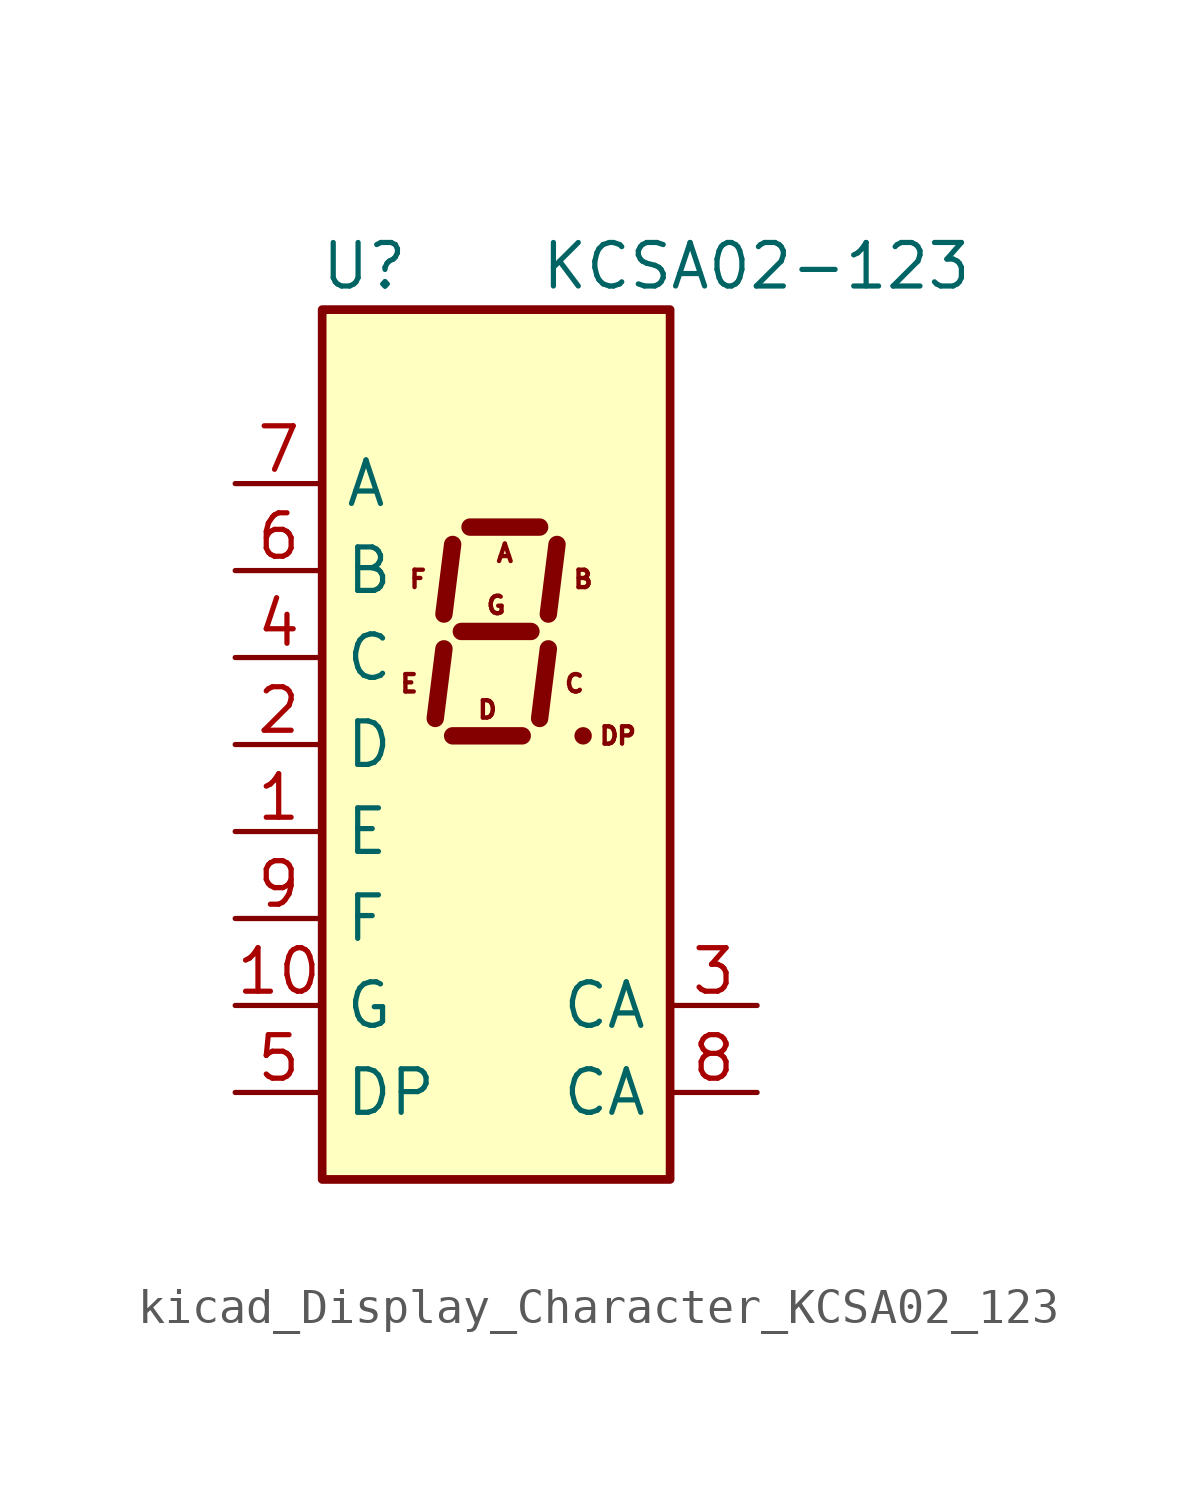
<source format=kicad_sym>
(kicad_symbol_lib
  (version 20220914)
  (generator kicad_symbol_editor)
  (symbol "kicad_Display_Character_KCSA02_123"
    (pin_names
      (offset 0.635))
    (property "Reference" "U"
      (at -2.54 13.97 0)
      (effects (font (size 1.27 1.27)) (justify right)))
    (property "Value" "KCSA02-123"
      (at 1.27 13.97 0)
      (effects (font (size 1.27 1.27)) (justify left)))
    (symbol "kicad_Display_Character_KCSA02_123_0_0"
      (text "A" (at 0.254 5.588 0) (effects (font (size 0.508 0.508))))
      (text "B" (at 2.54 4.826 0) (effects (font (size 0.508 0.508))))
      (text "C" (at 2.286 1.778 0) (effects (font (size 0.508 0.508))))
      (text "D" (at -0.254 1.016 0) (effects (font (size 0.508 0.508))))
      (text "DP" (at 3.556 0.254 0) (effects (font (size 0.508 0.508))))
      (text "E" (at -2.54 1.778 0) (effects (font (size 0.508 0.508))))
      (text "F" (at -2.286 4.826 0) (effects (font (size 0.508 0.508))))
      (text "G" (at 0 4.064 0) (effects (font (size 0.508 0.508)))))
    (symbol "kicad_Display_Character_KCSA02_123_0_1"
      (rectangle (start -5.08 12.7) (end 5.08 -12.7) (stroke (width 0.254) (type default)) (fill (type background)))
      (polyline (pts (xy -1.524 2.794) (xy -1.778 0.762)) (stroke (width 0.508) (type default)) (fill (type none)))
      (polyline (pts (xy -1.27 0.254) (xy 0.762 0.254)) (stroke (width 0.508) (type default)) (fill (type none)))
      (polyline (pts (xy -1.27 5.842) (xy -1.524 3.81)) (stroke (width 0.508) (type default)) (fill (type none)))
      (polyline (pts (xy -1.016 3.302) (xy 1.016 3.302)) (stroke (width 0.508) (type default)) (fill (type none)))
      (polyline (pts (xy -0.762 6.35) (xy 1.27 6.35)) (stroke (width 0.508) (type default)) (fill (type none)))
      (polyline (pts (xy 1.524 2.794) (xy 1.27 0.762)) (stroke (width 0.508) (type default)) (fill (type none)))
      (polyline (pts (xy 1.778 5.842) (xy 1.524 3.81)) (stroke (width 0.508) (type default)) (fill (type none)))
      (polyline (pts (xy 2.54 0.254) (xy 2.54 0.254)) (stroke (width 0.508) (type default)) (fill (type none))))
    (symbol "kicad_Display_Character_KCSA02_123_1_1"
      (pin input line (at -7.62 -2.54 0) (length 2.54) (name "E" (effects (font (size 1.27 1.27)))) (number "1" (effects (font (size 1.27 1.27)))))
      (pin input line (at -7.62 -7.62 0) (length 2.54) (name "G" (effects (font (size 1.27 1.27)))) (number "10" (effects (font (size 1.27 1.27)))))
      (pin input line (at -7.62 0 0) (length 2.54) (name "D" (effects (font (size 1.27 1.27)))) (number "2" (effects (font (size 1.27 1.27)))))
      (pin input line (at 7.62 -7.62 180) (length 2.54) (name "CA" (effects (font (size 1.27 1.27)))) (number "3" (effects (font (size 1.27 1.27)))))
      (pin input line (at -7.62 2.54 0) (length 2.54) (name "C" (effects (font (size 1.27 1.27)))) (number "4" (effects (font (size 1.27 1.27)))))
      (pin input line (at -7.62 -10.16 0) (length 2.54) (name "DP" (effects (font (size 1.27 1.27)))) (number "5" (effects (font (size 1.27 1.27)))))
      (pin input line (at -7.62 5.08 0) (length 2.54) (name "B" (effects (font (size 1.27 1.27)))) (number "6" (effects (font (size 1.27 1.27)))))
      (pin input line (at -7.62 7.62 0) (length 2.54) (name "A" (effects (font (size 1.27 1.27)))) (number "7" (effects (font (size 1.27 1.27)))))
      (pin input line (at 7.62 -10.16 180) (length 2.54) (name "CA" (effects (font (size 1.27 1.27)))) (number "8" (effects (font (size 1.27 1.27)))))
      (pin input line (at -7.62 -5.08 0) (length 2.54) (name "F" (effects (font (size 1.27 1.27)))) (number "9" (effects (font (size 1.27 1.27))))))))
</source>
